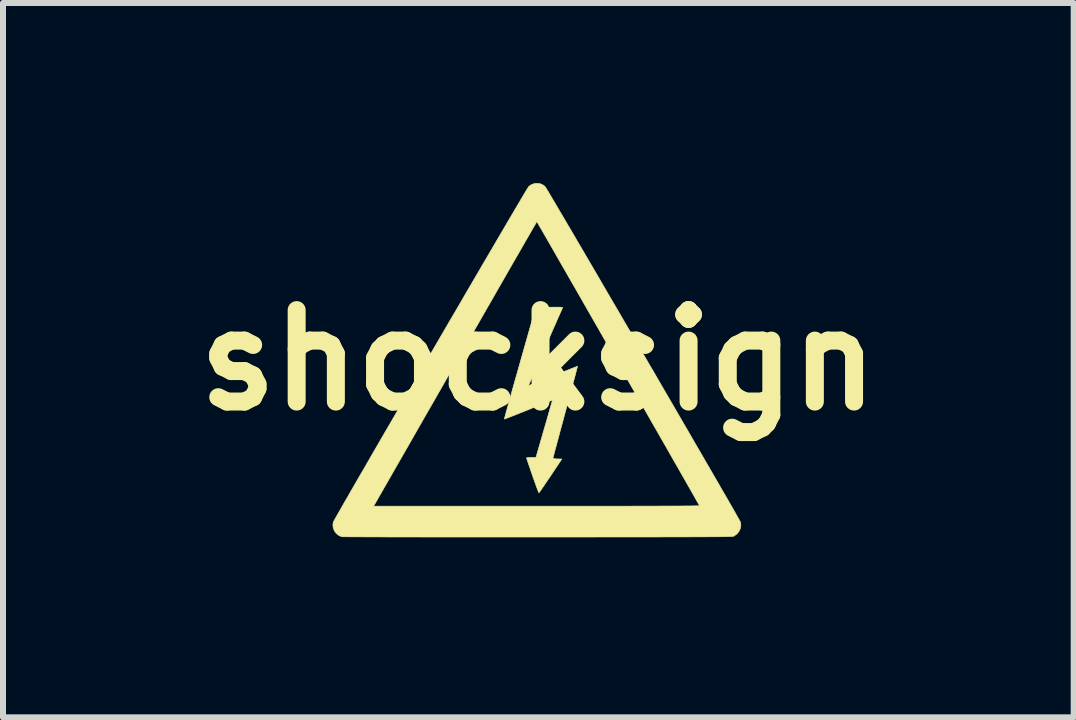
<source format=kicad_pcb>
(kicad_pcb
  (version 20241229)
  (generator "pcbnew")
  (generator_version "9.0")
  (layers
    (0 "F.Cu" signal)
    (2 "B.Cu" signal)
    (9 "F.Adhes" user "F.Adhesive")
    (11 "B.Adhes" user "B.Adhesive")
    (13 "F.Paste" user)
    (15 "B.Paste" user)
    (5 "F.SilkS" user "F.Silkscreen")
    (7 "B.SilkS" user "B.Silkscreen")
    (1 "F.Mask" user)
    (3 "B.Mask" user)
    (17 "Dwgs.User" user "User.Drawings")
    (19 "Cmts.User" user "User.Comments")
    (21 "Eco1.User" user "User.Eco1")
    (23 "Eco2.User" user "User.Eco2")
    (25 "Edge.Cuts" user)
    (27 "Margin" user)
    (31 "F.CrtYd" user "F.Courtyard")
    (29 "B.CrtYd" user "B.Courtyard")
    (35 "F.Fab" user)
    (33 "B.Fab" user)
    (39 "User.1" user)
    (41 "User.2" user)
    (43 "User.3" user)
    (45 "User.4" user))
  (footprint "shocksign"
    (layer "F.Cu")
    (at 5.922 2.953)
    (property "Reference" "shocksign" (at 0 0 0) (layer "F.SilkS") (effects (font (size 1.524 1.524) (thickness 0.3))))
    (attr through_hole)
    (fp_poly (pts (xy 0.342 -0.884) (xy 0.37 -0.883) (xy 0.388 -0.882) (xy 0.399 -0.88) (xy 0.404 -0.877) (xy 0.404 -0.873) (xy 0.403 -0.871) (xy 0.397 -0.859) (xy 0.386 -0.833) (xy 0.369 -0.796) (xy 0.348 -0.748) (xy 0.322 -0.691) (xy 0.294 -0.625) (xy 0.262 -0.553) (xy 0.228 -0.476) (xy 0.193 -0.395) (xy 0.156 -0.311) (xy 0.119 -0.226) (xy 0.081 -0.141) (xy 0.045 -0.057) (xy 0.009 0.024) (xy -0.024 0.101) (xy -0.056 0.173) (xy -0.084 0.239) (xy -0.109 0.296) (xy -0.13 0.345) (xy -0.146 0.382) (xy -0.157 0.408) (xy -0.162 0.421) (xy -0.162 0.422) (xy -0.155 0.42) (xy -0.133 0.412) (xy -0.099 0.399) (xy -0.054 0.381) (xy 0.001 0.36) (xy 0.064 0.335) (xy 0.133 0.307) (xy 0.208 0.277) (xy 0.246 0.262) (xy 0.323 0.231) (xy 0.395 0.202) (xy 0.461 0.176) (xy 0.52 0.153) (xy 0.569 0.133) (xy 0.609 0.118) (xy 0.637 0.107) (xy 0.651 0.102) (xy 0.653 0.101) (xy 0.651 0.109) (xy 0.645 0.132) (xy 0.636 0.168) (xy 0.623 0.217) (xy 0.607 0.278) (xy 0.588 0.349) (xy 0.567 0.429) (xy 0.543 0.517) (xy 0.517 0.612) (xy 0.49 0.714) (xy 0.461 0.82) (xy 0.45 0.861) (xy 0.421 0.969) (xy 0.393 1.073) (xy 0.366 1.171) (xy 0.342 1.263) (xy 0.319 1.347) (xy 0.299 1.423) (xy 0.281 1.488) (xy 0.267 1.543) (xy 0.256 1.585) (xy 0.248 1.614) (xy 0.244 1.629) (xy 0.244 1.631) (xy 0.246 1.637) (xy 0.255 1.641) (xy 0.276 1.643) (xy 0.309 1.645) (xy 0.316 1.645) (xy 0.391 1.647) (xy 0.204 1.928) (xy 0.163 1.988) (xy 0.125 2.044) (xy 0.091 2.095) (xy 0.061 2.138) (xy 0.038 2.172) (xy 0.021 2.196) (xy 0.011 2.209) (xy 0.01 2.21) (xy 0.005 2.203) (xy -0.003 2.183) (xy -0.016 2.15) (xy -0.032 2.106) (xy -0.051 2.054) (xy -0.072 1.995) (xy -0.095 1.93) (xy -0.097 1.924) (xy -0.12 1.858) (xy -0.14 1.798) (xy -0.159 1.744) (xy -0.174 1.698) (xy -0.186 1.663) (xy -0.194 1.639) (xy -0.197 1.629) (xy -0.197 1.629) (xy -0.189 1.626) (xy -0.169 1.623) (xy -0.139 1.621) (xy -0.118 1.621) (xy -0.039 1.618) (xy 0.098 1.143) (xy 0.123 1.058) (xy 0.146 0.978) (xy 0.167 0.904) (xy 0.186 0.837) (xy 0.202 0.78) (xy 0.216 0.733) (xy 0.226 0.697) (xy 0.232 0.674) (xy 0.234 0.666) (xy 0.234 0.666) (xy 0.226 0.668) (xy 0.205 0.676) (xy 0.171 0.69) (xy 0.126 0.707) (xy 0.072 0.729) (xy 0.009 0.754) (xy -0.06 0.781) (xy -0.134 0.811) (xy -0.164 0.824) (xy -0.24 0.854) (xy -0.312 0.883) (xy -0.378 0.909) (xy -0.436 0.932) (xy -0.485 0.951) (xy -0.524 0.966) (xy -0.551 0.976) (xy -0.564 0.981) (xy -0.566 0.981) (xy -0.564 0.973) (xy -0.559 0.95) (xy -0.549 0.914) (xy -0.536 0.864) (xy -0.519 0.803) (xy -0.499 0.731) (xy -0.476 0.649) (xy -0.451 0.558) (xy -0.423 0.459) (xy -0.393 0.353) (xy -0.361 0.241) (xy -0.328 0.124) (xy -0.307 0.049) (xy -0.043 -0.881) (xy 0.184 -0.883) (xy 0.25 -0.884) (xy 0.303 -0.884) (xy 0.342 -0.884)) (stroke (width 0.01) (type solid)) (fill yes) (layer "F.SilkS"))
    (fp_poly (pts (xy 0.034 -2.94) (xy 0.081 -2.918) (xy 0.112 -2.894) (xy 0.118 -2.884) (xy 0.132 -2.862) (xy 0.154 -2.826) (xy 0.183 -2.778) (xy 0.219 -2.717) (xy 0.261 -2.646) (xy 0.309 -2.564) (xy 0.363 -2.472) (xy 0.423 -2.371) (xy 0.488 -2.26) (xy 0.558 -2.142) (xy 0.632 -2.015) (xy 0.71 -1.882) (xy 0.792 -1.742) (xy 0.877 -1.596) (xy 0.966 -1.445) (xy 1.057 -1.288) (xy 1.15 -1.128) (xy 1.246 -0.964) (xy 1.343 -0.798) (xy 1.442 -0.628) (xy 1.542 -0.457) (xy 1.642 -0.285) (xy 1.743 -0.112) (xy 1.843 0.061) (xy 1.944 0.233) (xy 2.043 0.404) (xy 2.142 0.574) (xy 2.239 0.741) (xy 2.335 0.906) (xy 2.428 1.067) (xy 2.519 1.223) (xy 2.607 1.376) (xy 2.693 1.523) (xy 2.774 1.664) (xy 2.852 1.798) (xy 2.926 1.926) (xy 2.996 2.046) (xy 3.06 2.158) (xy 3.12 2.261) (xy 3.174 2.355) (xy 3.222 2.439) (xy 3.264 2.512) (xy 3.299 2.574) (xy 3.327 2.624) (xy 3.349 2.662) (xy 3.363 2.688) (xy 3.368 2.699) (xy 3.369 2.7) (xy 3.375 2.753) (xy 3.366 2.805) (xy 3.344 2.853) (xy 3.309 2.896) (xy 3.263 2.929) (xy 3.261 2.93) (xy 3.258 2.932) (xy 3.255 2.933) (xy 3.25 2.934) (xy 3.243 2.935) (xy 3.234 2.936) (xy 3.222 2.937) (xy 3.207 2.938) (xy 3.188 2.939) (xy 3.165 2.939) (xy 3.138 2.94) (xy 3.105 2.941) (xy 3.066 2.941) (xy 3.022 2.942) (xy 2.971 2.943) (xy 2.912 2.943) (xy 2.847 2.943) (xy 2.773 2.944) (xy 2.69 2.944) (xy 2.599 2.944) (xy 2.498 2.945) (xy 2.387 2.945) (xy 2.266 2.945) (xy 2.134 2.945) (xy 1.99 2.946) (xy 1.835 2.946) (xy 1.667 2.946) (xy 1.487 2.946) (xy 1.293 2.946) (xy 1.085 2.946) (xy 0.863 2.947) (xy 0.627 2.947) (xy 0.375 2.947) (xy 0.107 2.947) (xy -0.012 2.947) (xy -0.242 2.947) (xy -0.468 2.947) (xy -0.689 2.947) (xy -0.905 2.947) (xy -1.115 2.947) (xy -1.319 2.947) (xy -1.516 2.947) (xy -1.705 2.947) (xy -1.887 2.947) (xy -2.06 2.946) (xy -2.223 2.946) (xy -2.378 2.946) (xy -2.522 2.946) (xy -2.655 2.945) (xy -2.777 2.945) (xy -2.887 2.945) (xy -2.984 2.944) (xy -3.069 2.944) (xy -3.14 2.944) (xy -3.197 2.943) (xy -3.239 2.943) (xy -3.266 2.943) (xy -3.277 2.942) (xy -3.277 2.942) (xy -3.328 2.919) (xy -3.37 2.885) (xy -3.4 2.842) (xy -3.419 2.793) (xy -3.424 2.741) (xy -3.418 2.7) (xy -3.413 2.69) (xy -3.4 2.666) (xy -3.379 2.629) (xy -3.352 2.58) (xy -3.317 2.52) (xy -3.276 2.448) (xy -3.268 2.433) (xy -2.746 2.433) (xy -0.029 2.433) (xy 0.249 2.433) (xy 0.511 2.433) (xy 0.757 2.433) (xy 0.987 2.433) (xy 1.202 2.433) (xy 1.401 2.433) (xy 1.585 2.432) (xy 1.753 2.432) (xy 1.908 2.432) (xy 2.047 2.431) (xy 2.172 2.431) (xy 2.283 2.43) (xy 2.381 2.43) (xy 2.464 2.429) (xy 2.534 2.429) (xy 2.59 2.428) (xy 2.633 2.427) (xy 2.663 2.427) (xy 2.681 2.426) (xy 2.686 2.425) (xy 2.682 2.417) (xy 2.669 2.395) (xy 2.65 2.361) (xy 2.623 2.314) (xy 2.59 2.255) (xy 2.551 2.186) (xy 2.505 2.106) (xy 2.454 2.016) (xy 2.398 1.918) (xy 2.337 1.811) (xy 2.271 1.696) (xy 2.201 1.574) (xy 2.128 1.445) (xy 2.051 1.311) (xy 1.971 1.171) (xy 1.888 1.027) (xy 1.804 0.879) (xy 1.717 0.727) (xy 1.628 0.572) (xy 1.539 0.416) (xy 1.449 0.258) (xy 1.358 0.099) (xy 1.267 -0.06) (xy 1.176 -0.218) (xy 1.086 -0.375) (xy 0.997 -0.531) (xy 0.909 -0.684) (xy 0.823 -0.834) (xy 0.739 -0.981) (xy 0.658 -1.123) (xy 0.579 -1.26) (xy 0.503 -1.392) (xy 0.431 -1.518) (xy 0.363 -1.636) (xy 0.299 -1.748) (xy 0.24 -1.851) (xy 0.186 -1.945) (xy 0.137 -2.03) (xy 0.094 -2.105) (xy 0.057 -2.169) (xy 0.026 -2.222) (xy 0.003 -2.263) (xy -0.014 -2.292) (xy -0.023 -2.307) (xy -0.025 -2.31) (xy -0.029 -2.303) (xy -0.041 -2.282) (xy -0.061 -2.248) (xy -0.088 -2.202) (xy -0.122 -2.143) (xy -0.162 -2.073) (xy -0.209 -1.992) (xy -0.262 -1.9) (xy -0.32 -1.798) (xy -0.385 -1.686) (xy -0.454 -1.566) (xy -0.528 -1.437) (xy -0.606 -1.301) (xy -0.689 -1.157) (xy -0.775 -1.006) (xy -0.866 -0.848) (xy -0.959 -0.685) (xy -1.056 -0.517) (xy -1.155 -0.344) (xy -1.256 -0.167) (xy -1.36 0.014) (xy -1.364 0.022) (xy -1.468 0.203) (xy -1.57 0.381) (xy -1.67 0.556) (xy -1.767 0.725) (xy -1.862 0.89) (xy -1.953 1.049) (xy -2.04 1.201) (xy -2.124 1.348) (xy -2.203 1.486) (xy -2.278 1.617) (xy -2.349 1.74) (xy -2.414 1.854) (xy -2.474 1.959) (xy -2.528 2.053) (xy -2.577 2.138) (xy -2.618 2.211) (xy -2.654 2.273) (xy -2.682 2.322) (xy -2.703 2.359) (xy -2.717 2.383) (xy -2.723 2.393) (xy -2.746 2.433) (xy -3.268 2.433) (xy -3.229 2.365) (xy -3.175 2.273) (xy -3.117 2.17) (xy -3.053 2.06) (xy -2.984 1.94) (xy -2.91 1.814) (xy -2.833 1.68) (xy -2.752 1.539) (xy -2.667 1.393) (xy -2.579 1.241) (xy -2.488 1.085) (xy -2.395 0.925) (xy -2.3 0.761) (xy -2.203 0.594) (xy -2.104 0.424) (xy -2.005 0.253) (xy -1.904 0.081) (xy -1.804 -0.092) (xy -1.703 -0.265) (xy -1.603 -0.437) (xy -1.503 -0.609) (xy -1.404 -0.778) (xy -1.306 -0.945) (xy -1.211 -1.109) (xy -1.117 -1.27) (xy -1.025 -1.427) (xy -0.937 -1.578) (xy -0.851 -1.725) (xy -0.768 -1.866) (xy -0.69 -2) (xy -0.615 -2.127) (xy -0.545 -2.247) (xy -0.48 -2.358) (xy -0.419 -2.461) (xy -0.364 -2.554) (xy -0.315 -2.637) (xy -0.272 -2.71) (xy -0.236 -2.771) (xy -0.206 -2.821) (xy -0.183 -2.858) (xy -0.168 -2.882) (xy -0.161 -2.893) (xy -0.161 -2.894) (xy -0.118 -2.925) (xy -0.069 -2.943) (xy -0.018 -2.948) (xy 0.034 -2.94)) (stroke (width 0.01) (type solid)) (fill yes) (layer "F.SilkS")))
  (gr_rect
    (start -3 -3)
    (end 14.844 8.905)
    (stroke (width 0.1) (type default))
    (fill no)
    (layer "Edge.Cuts")))
</source>
